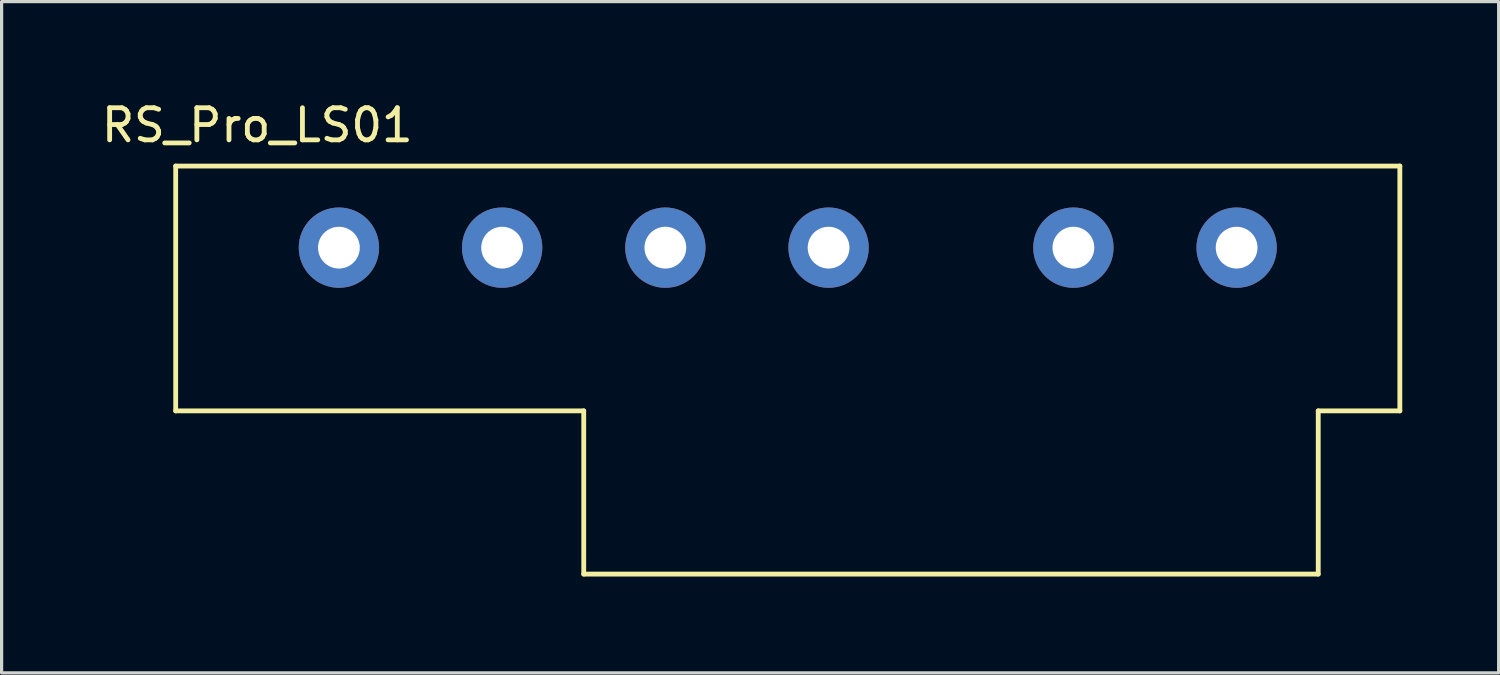
<source format=kicad_pcb>
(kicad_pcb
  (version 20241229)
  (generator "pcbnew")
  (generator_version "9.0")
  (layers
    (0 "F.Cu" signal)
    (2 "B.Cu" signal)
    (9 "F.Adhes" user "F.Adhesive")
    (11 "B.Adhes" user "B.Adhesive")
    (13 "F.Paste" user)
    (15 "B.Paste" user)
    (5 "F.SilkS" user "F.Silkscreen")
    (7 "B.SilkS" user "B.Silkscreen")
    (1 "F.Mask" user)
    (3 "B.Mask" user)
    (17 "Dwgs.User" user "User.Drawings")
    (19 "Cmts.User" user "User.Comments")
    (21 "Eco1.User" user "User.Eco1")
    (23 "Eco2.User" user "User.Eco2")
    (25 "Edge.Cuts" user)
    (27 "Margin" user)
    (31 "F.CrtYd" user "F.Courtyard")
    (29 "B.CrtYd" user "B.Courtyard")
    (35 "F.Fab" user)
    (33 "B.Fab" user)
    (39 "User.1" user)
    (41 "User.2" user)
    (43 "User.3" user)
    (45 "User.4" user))
  (footprint "RS_Pro_LS01"
    (layer "F.Cu")
    (at 22.738 4.658)
    (property "Reference" "RS_Pro_LS01" (at -17.78 -3.81 180) (layer "F.SilkS") (effects (font (size 1 1) (thickness 0.15))))
    (attr through_hole)
    (fp_line (start -20.32 -2.54) (end -20.32 5.08) (stroke (width 0.15) (type solid)) (layer "F.SilkS"))
    (fp_line (start -20.32 5.08) (end -7.62 5.08) (stroke (width 0.15) (type solid)) (layer "F.SilkS"))
    (fp_line (start -7.62 5.08) (end -7.62 10.16) (stroke (width 0.15) (type solid)) (layer "F.SilkS"))
    (fp_line (start -7.62 10.16) (end 15.24 10.16) (stroke (width 0.15) (type solid)) (layer "F.SilkS"))
    (fp_line (start 15.24 5.08) (end 17.78 5.08) (stroke (width 0.15) (type solid)) (layer "F.SilkS"))
    (fp_line (start 15.24 10.16) (end 15.24 5.08) (stroke (width 0.15) (type solid)) (layer "F.SilkS"))
    (fp_line (start 17.78 -2.54) (end -20.32 -2.54) (stroke (width 0.15) (type solid)) (layer "F.SilkS"))
    (fp_line (start 17.78 5.08) (end 17.78 -2.54) (stroke (width 0.15) (type solid)) (layer "F.SilkS"))
    (pad "1" thru_hole circle (at -15.24 0) (size 2.5 2.5) (drill 1.3) (layers "*.Cu" "*.Mask"))
    (pad "3" thru_hole circle (at -10.16 0) (size 2.5 2.5) (drill 1.3) (layers "*.Cu" "*.Mask"))
    (pad "5" thru_hole circle (at -5.08 0) (size 2.5 2.5) (drill 1.3) (layers "*.Cu" "*.Mask"))
    (pad "7" thru_hole circle (at 0 0) (size 2.5 2.5) (drill 1.3) (layers "*.Cu" "*.Mask"))
    (pad "10" thru_hole circle (at 7.62 0) (size 2.5 2.5) (drill 1.3) (layers "*.Cu" "*.Mask"))
    (pad "12" thru_hole circle (at 12.7 0) (size 2.5 2.5) (drill 1.3) (layers "*.Cu" "*.Mask")))
  (gr_rect
    (start -3 -3)
    (end 43.593 17.893)
    (stroke (width 0.1) (type default))
    (fill no)
    (layer "Edge.Cuts")))
</source>
